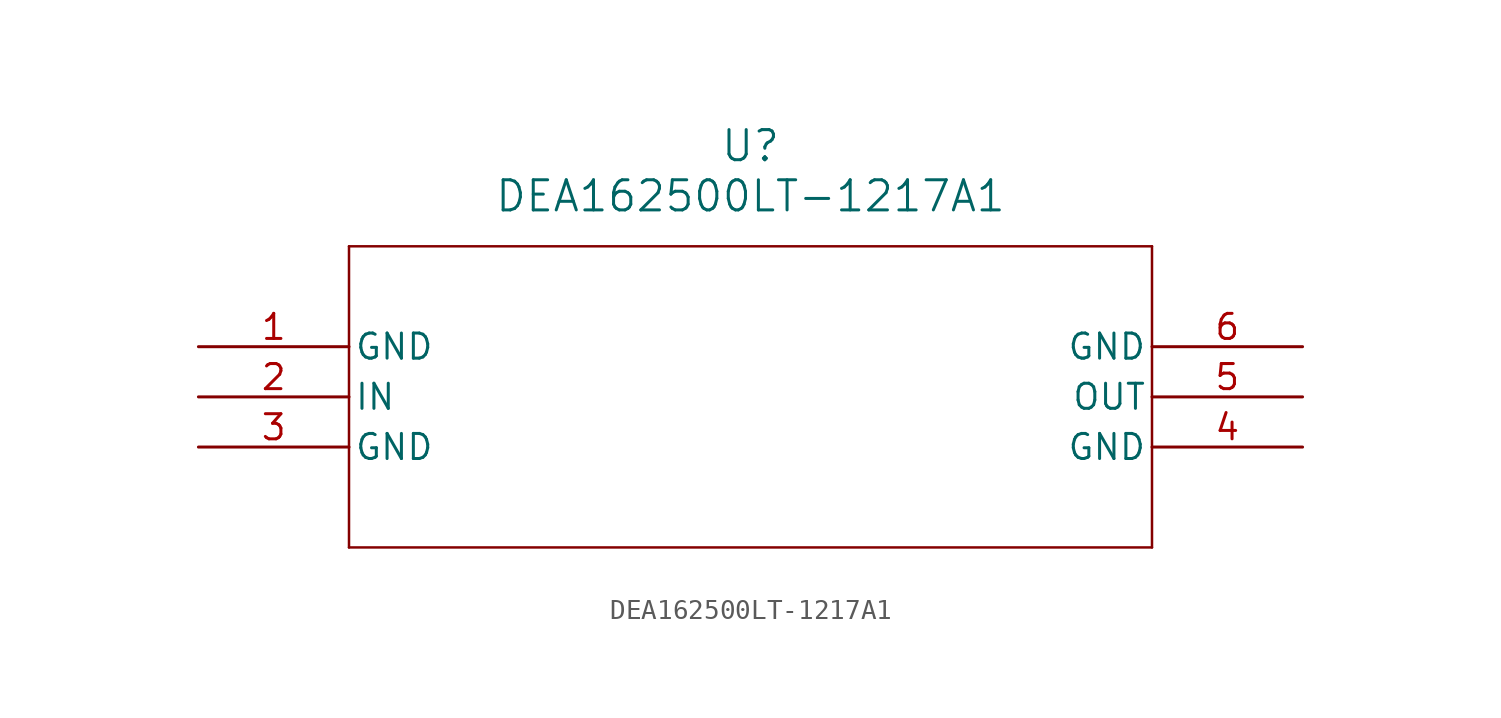
<source format=kicad_sym>
(kicad_symbol_lib
  (version 20211014)
  (generator kicad_symbol_editor)
  (symbol "DEA162500LT-1217A1"
    (pin_names
      (offset 0.254))
    (property "Reference" "U"
      (at 27.94 10.16 0)
      (effects (font (size 1.524 1.524))))
    (property "Value" "DEA162500LT-1217A1"
      (at 27.94 7.62 0)
      (effects (font (size 1.524 1.524))))
    (symbol "DEA162500LT-1217A1_0_1"
      (polyline (pts (xy 7.62 5.08) (xy 7.62 -10.16)) (stroke (width 0.127) (type default) (color 0 0 0 0)) (fill (type none)))
      (polyline (pts (xy 7.62 -10.16) (xy 48.26 -10.16)) (stroke (width 0.127) (type default) (color 0 0 0 0)) (fill (type none)))
      (polyline (pts (xy 48.26 -10.16) (xy 48.26 5.08)) (stroke (width 0.127) (type default) (color 0 0 0 0)) (fill (type none)))
      (polyline (pts (xy 48.26 5.08) (xy 7.62 5.08)) (stroke (width 0.127) (type default) (color 0 0 0 0)) (fill (type none)))
      (pin power_in line (at 0 0 0) (length 7.62) (name "GND" (effects (font (size 1.27 1.27)))) (number "1" (effects (font (size 1.27 1.27)))))
      (pin input line (at 0 -2.54 0) (length 7.62) (name "IN" (effects (font (size 1.27 1.27)))) (number "2" (effects (font (size 1.27 1.27)))))
      (pin power_in line (at 0 -5.08 0) (length 7.62) (name "GND" (effects (font (size 1.27 1.27)))) (number "3" (effects (font (size 1.27 1.27)))))
      (pin power_in line (at 55.88 -5.08 180) (length 7.62) (name "GND" (effects (font (size 1.27 1.27)))) (number "4" (effects (font (size 1.27 1.27)))))
      (pin output line (at 55.88 -2.54 180) (length 7.62) (name "OUT" (effects (font (size 1.27 1.27)))) (number "5" (effects (font (size 1.27 1.27)))))
      (pin power_in line (at 55.88 0 180) (length 7.62) (name "GND" (effects (font (size 1.27 1.27)))) (number "6" (effects (font (size 1.27 1.27))))))))
</source>
